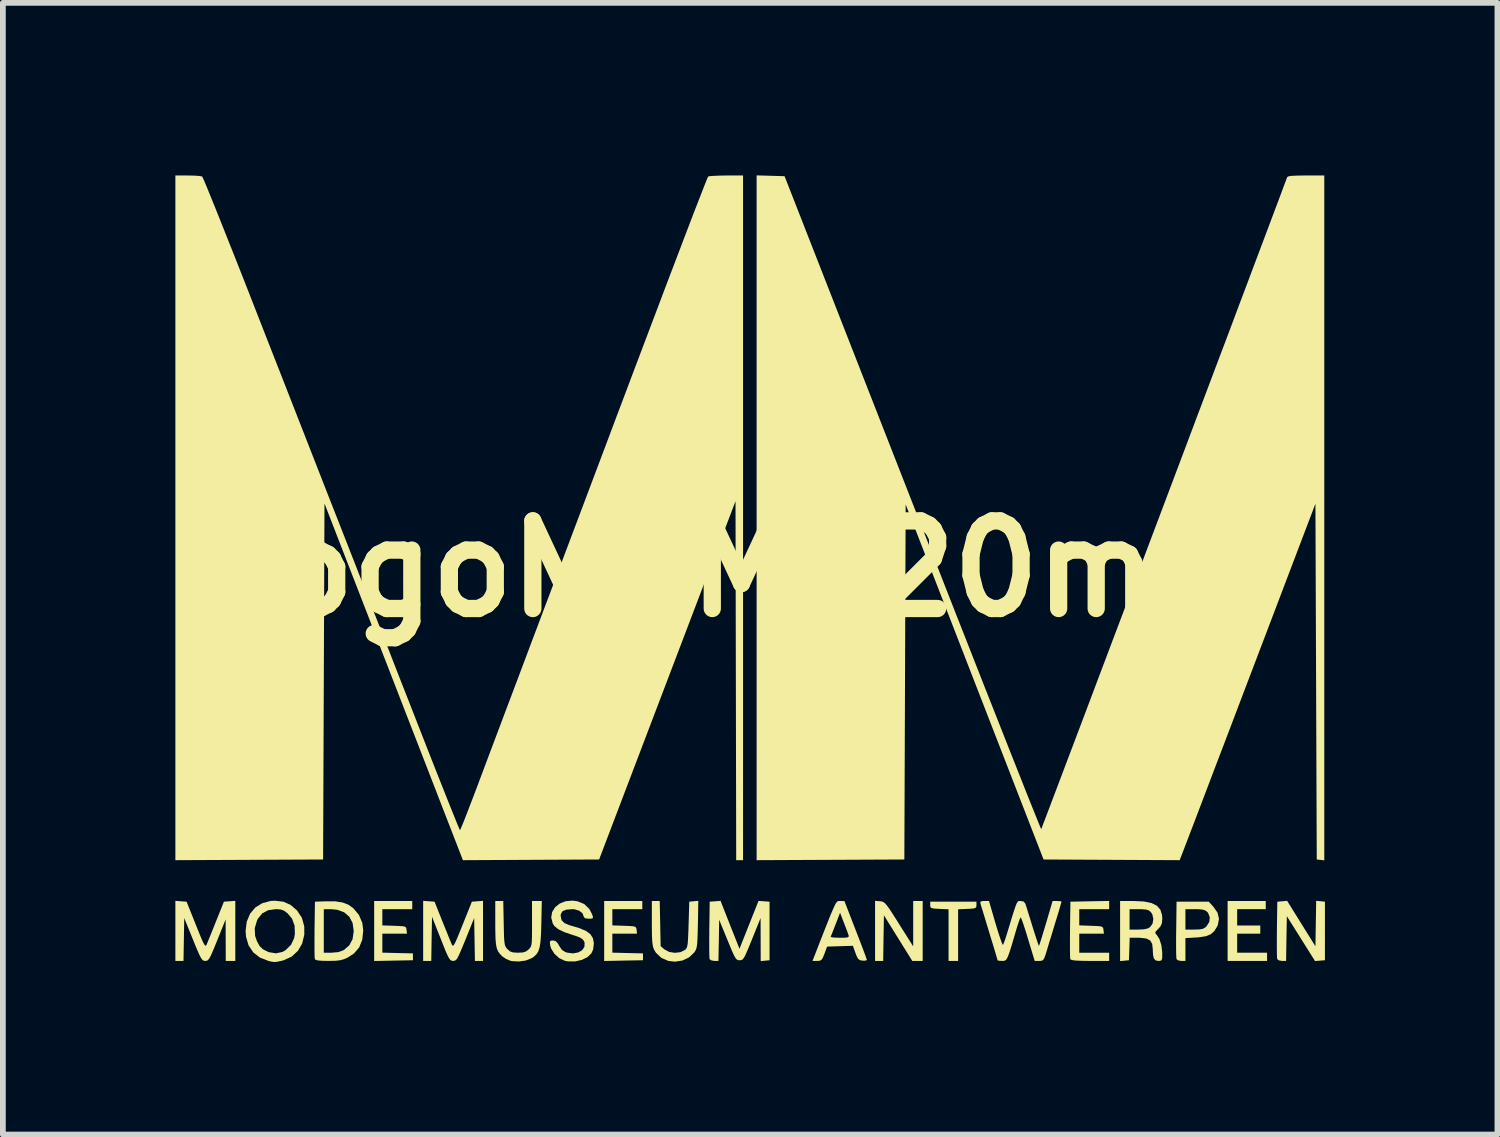
<source format=kicad_pcb>
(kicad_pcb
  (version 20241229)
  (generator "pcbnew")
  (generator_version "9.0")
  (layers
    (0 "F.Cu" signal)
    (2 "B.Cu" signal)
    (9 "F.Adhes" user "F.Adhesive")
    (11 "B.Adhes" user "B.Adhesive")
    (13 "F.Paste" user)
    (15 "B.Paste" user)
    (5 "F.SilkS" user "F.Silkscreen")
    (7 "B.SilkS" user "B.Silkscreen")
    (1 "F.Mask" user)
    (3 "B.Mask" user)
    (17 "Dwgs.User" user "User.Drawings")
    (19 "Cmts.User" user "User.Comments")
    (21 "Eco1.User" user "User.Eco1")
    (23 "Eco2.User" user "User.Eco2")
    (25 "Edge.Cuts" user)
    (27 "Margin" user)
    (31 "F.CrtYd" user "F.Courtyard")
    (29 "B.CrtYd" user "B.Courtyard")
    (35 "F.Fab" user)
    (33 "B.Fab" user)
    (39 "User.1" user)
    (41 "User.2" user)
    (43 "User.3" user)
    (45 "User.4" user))
  (footprint "logoMoMu20mm"
    (layer "F.Cu")
    (at 9.99 6.843)
    (property "Reference" "logoMoMu20mm" (at 0 0 0) (layer "F.SilkS") (effects (font (size 1.524 1.524) (thickness 0.3))))
    (attr board_only exclude_from_pos_files exclude_from_bom)
    (fp_poly (pts (xy 8.972 5.918) (xy 8.475 5.918) (xy 8.475 6.202) (xy 8.877 6.202) (xy 8.877 6.344) (xy 8.475 6.344) (xy 8.475 6.675) (xy 8.995 6.675) (xy 8.995 6.818) (xy 8.309 6.818) (xy 8.309 5.776) (xy 8.972 5.776)) (stroke (width 0) (type solid)) (fill yes) (layer "F.SilkS"))
    (fp_poly (pts (xy 3.941 5.847) (xy 3.938 5.878) (xy 3.923 5.897) (xy 3.884 5.907) (xy 3.811 5.912) (xy 3.782 5.913) (xy 3.622 5.92) (xy 3.622 6.818) (xy 3.456 6.818) (xy 3.456 5.92) (xy 3.296 5.913) (xy 3.212 5.908) (xy 3.164 5.9) (xy 3.142 5.885) (xy 3.137 5.858) (xy 3.137 5.847) (xy 3.137 5.788) (xy 3.941 5.788)) (stroke (width 0) (type solid)) (fill yes) (layer "F.SilkS"))
    (fp_poly (pts (xy -5.871 5.918) (xy -6.391 5.918) (xy -6.391 6.2) (xy -6.184 6.207) (xy -6.085 6.211) (xy -6.024 6.216) (xy -5.99 6.227) (xy -5.976 6.245) (xy -5.97 6.275) (xy -5.97 6.279) (xy -5.962 6.344) (xy -6.391 6.344) (xy -6.391 6.674) (xy -6.125 6.681) (xy -5.859 6.687) (xy -5.859 6.806) (xy -6.533 6.819) (xy -6.533 5.776) (xy -5.871 5.776)) (stroke (width 0) (type solid)) (fill yes) (layer "F.SilkS"))
    (fp_poly (pts (xy -1.87 5.918) (xy -2.391 5.918) (xy -2.391 6.2) (xy -2.184 6.207) (xy -2.085 6.211) (xy -2.023 6.216) (xy -1.99 6.227) (xy -1.975 6.245) (xy -1.97 6.275) (xy -1.969 6.279) (xy -1.962 6.344) (xy -2.391 6.344) (xy -2.391 6.674) (xy -2.125 6.681) (xy -1.858 6.687) (xy -1.858 6.806) (xy -2.196 6.812) (xy -2.533 6.819) (xy -2.533 5.776) (xy -1.87 5.776)) (stroke (width 0) (type solid)) (fill yes) (layer "F.SilkS"))
    (fp_poly (pts (xy 2.265 5.78) (xy 2.296 5.784) (xy 2.323 5.794) (xy 2.35 5.815) (xy 2.383 5.852) (xy 2.426 5.911) (xy 2.482 5.997) (xy 2.558 6.116) (xy 2.596 6.177) (xy 2.841 6.565) (xy 2.841 5.776) (xy 3.006 5.776) (xy 3.006 6.818) (xy 2.825 6.818) (xy 2.578 6.421) (xy 2.332 6.025) (xy 2.325 6.421) (xy 2.319 6.818) (xy 2.178 6.818) (xy 2.178 5.773)) (stroke (width 0) (type solid)) (fill yes) (layer "F.SilkS"))
    (fp_poly (pts (xy 9.925 5.78) (xy 10.001 5.788) (xy 10.001 6.806) (xy 9.915 6.813) (xy 9.829 6.82) (xy 9.339 6.04) (xy 9.332 6.429) (xy 9.326 6.818) (xy 9.254 6.818) (xy 9.2 6.808) (xy 9.172 6.787) (xy 9.168 6.755) (xy 9.166 6.684) (xy 9.165 6.58) (xy 9.165 6.451) (xy 9.166 6.306) (xy 9.166 6.272) (xy 9.173 5.788) (xy 9.259 5.781) (xy 9.344 5.773) (xy 9.59 6.169) (xy 9.836 6.564) (xy 9.849 5.773)) (stroke (width 0) (type solid)) (fill yes) (layer "F.SilkS"))
    (fp_poly (pts (xy 6.249 5.918) (xy 5.729 5.918) (xy 5.729 6.2) (xy 5.936 6.207) (xy 6.035 6.211) (xy 6.096 6.216) (xy 6.13 6.227) (xy 6.144 6.245) (xy 6.15 6.275) (xy 6.15 6.279) (xy 6.158 6.344) (xy 5.729 6.344) (xy 5.729 6.675) (xy 6.249 6.675) (xy 6.249 6.818) (xy 5.917 6.818) (xy 5.775 6.816) (xy 5.675 6.812) (xy 5.612 6.805) (xy 5.58 6.794) (xy 5.573 6.787) (xy 5.57 6.755) (xy 5.568 6.684) (xy 5.567 6.58) (xy 5.567 6.451) (xy 5.568 6.306) (xy 5.568 6.272) (xy 5.575 5.788) (xy 5.912 5.781) (xy 6.249 5.775)) (stroke (width 0) (type solid)) (fill yes) (layer "F.SilkS"))
    (fp_poly (pts (xy -8.948 6.818) (xy -9.114 6.818) (xy -9.116 6.096) (xy -9.261 6.457) (xy -9.315 6.59) (xy -9.356 6.686) (xy -9.386 6.751) (xy -9.411 6.79) (xy -9.432 6.81) (xy -9.455 6.817) (xy -9.47 6.818) (xy -9.494 6.815) (xy -9.516 6.804) (xy -9.538 6.777) (xy -9.564 6.73) (xy -9.598 6.655) (xy -9.644 6.546) (xy -9.685 6.445) (xy -9.836 6.072) (xy -9.849 6.818) (xy -9.99 6.818) (xy -9.99 5.773) (xy -9.892 5.781) (xy -9.795 5.788) (xy -9.634 6.19) (xy -9.577 6.332) (xy -9.535 6.434) (xy -9.504 6.502) (xy -9.482 6.54) (xy -9.467 6.554) (xy -9.456 6.549) (xy -9.447 6.533) (xy -9.429 6.491) (xy -9.398 6.414) (xy -9.356 6.312) (xy -9.309 6.194) (xy -9.284 6.131) (xy -9.146 5.788) (xy -8.948 5.773)) (stroke (width 0) (type solid)) (fill yes) (layer "F.SilkS"))
    (fp_poly (pts (xy -4.64 6.818) (xy -4.781 6.818) (xy -4.794 6.072) (xy -4.944 6.445) (xy -5 6.581) (xy -5.042 6.679) (xy -5.073 6.746) (xy -5.098 6.787) (xy -5.12 6.808) (xy -5.141 6.816) (xy -5.159 6.818) (xy -5.183 6.815) (xy -5.205 6.804) (xy -5.226 6.779) (xy -5.252 6.732) (xy -5.285 6.659) (xy -5.328 6.553) (xy -5.375 6.434) (xy -5.527 6.05) (xy -5.534 6.434) (xy -5.54 6.818) (xy -5.681 6.818) (xy -5.681 5.773) (xy -5.483 5.788) (xy -5.346 6.131) (xy -5.296 6.254) (xy -5.251 6.366) (xy -5.214 6.457) (xy -5.189 6.517) (xy -5.182 6.533) (xy -5.172 6.551) (xy -5.16 6.553) (xy -5.143 6.535) (xy -5.12 6.491) (xy -5.087 6.417) (xy -5.042 6.307) (xy -4.995 6.19) (xy -4.834 5.788) (xy -4.64 5.773)) (stroke (width 0) (type solid)) (fill yes) (layer "F.SilkS"))
    (fp_poly (pts (xy -0.903 6.183) (xy -0.907 6.332) (xy -0.911 6.443) (xy -0.916 6.522) (xy -0.924 6.577) (xy -0.935 6.616) (xy -0.952 6.648) (xy -0.966 6.67) (xy -1.056 6.756) (xy -1.172 6.811) (xy -1.303 6.831) (xy -1.417 6.818) (xy -1.538 6.766) (xy -1.632 6.677) (xy -1.663 6.626) (xy -1.679 6.587) (xy -1.69 6.538) (xy -1.698 6.47) (xy -1.702 6.375) (xy -1.704 6.245) (xy -1.704 6.161) (xy -1.704 5.776) (xy -1.567 5.776) (xy -1.551 6.561) (xy -1.484 6.618) (xy -1.404 6.661) (xy -1.305 6.677) (xy -1.207 6.666) (xy -1.133 6.63) (xy -1.112 6.612) (xy -1.097 6.589) (xy -1.087 6.555) (xy -1.079 6.502) (xy -1.074 6.422) (xy -1.069 6.309) (xy -1.065 6.186) (xy -1.053 5.788) (xy -0.974 5.78) (xy -0.896 5.773)) (stroke (width 0) (type solid)) (fill yes) (layer "F.SilkS"))
    (fp_poly (pts (xy 0.247 5.781) (xy 0.343 5.788) (xy 0.343 6.806) (xy 0.189 6.821) (xy 0.188 6.446) (xy 0.187 6.072) (xy 0.039 6.439) (xy -0.016 6.574) (xy -0.057 6.67) (xy -0.087 6.736) (xy -0.112 6.776) (xy -0.133 6.797) (xy -0.156 6.805) (xy -0.177 6.806) (xy -0.204 6.804) (xy -0.226 6.794) (xy -0.248 6.769) (xy -0.274 6.724) (xy -0.307 6.652) (xy -0.351 6.546) (xy -0.389 6.454) (xy -0.533 6.103) (xy -0.539 6.46) (xy -0.546 6.818) (xy -0.617 6.818) (xy -0.671 6.808) (xy -0.7 6.787) (xy -0.703 6.755) (xy -0.705 6.684) (xy -0.706 6.58) (xy -0.706 6.451) (xy -0.705 6.306) (xy -0.705 6.272) (xy -0.698 5.788) (xy -0.604 5.781) (xy -0.509 5.774) (xy -0.345 6.191) (xy -0.18 6.607) (xy 0.151 5.774)) (stroke (width 0) (type solid)) (fill yes) (layer "F.SilkS"))
    (fp_poly (pts (xy 8.061 5.875) (xy 8.134 5.98) (xy 8.159 6.087) (xy 8.138 6.195) (xy 8.128 6.217) (xy 8.077 6.3) (xy 8.014 6.355) (xy 7.928 6.389) (xy 7.81 6.407) (xy 7.765 6.41) (xy 7.575 6.421) (xy 7.575 6.818) (xy 7.503 6.818) (xy 7.449 6.809) (xy 7.42 6.787) (xy 7.417 6.755) (xy 7.414 6.684) (xy 7.413 6.58) (xy 7.413 6.451) (xy 7.414 6.306) (xy 7.415 6.273) (xy 7.575 6.273) (xy 7.73 6.273) (xy 7.819 6.27) (xy 7.877 6.26) (xy 7.919 6.237) (xy 7.943 6.215) (xy 7.99 6.14) (xy 7.999 6.058) (xy 7.969 5.983) (xy 7.954 5.965) (xy 7.918 5.939) (xy 7.867 5.924) (xy 7.789 5.918) (xy 7.741 5.918) (xy 7.575 5.918) (xy 7.575 6.273) (xy 7.415 6.273) (xy 7.415 6.272) (xy 7.421 5.788) (xy 7.981 5.788)) (stroke (width 0) (type solid)) (fill yes) (layer "F.SilkS"))
    (fp_poly (pts (xy -7.209 5.782) (xy -7.085 5.801) (xy -6.984 5.839) (xy -6.897 5.9) (xy -6.896 5.901) (xy -6.798 6.018) (xy -6.739 6.158) (xy -6.723 6.287) (xy -6.74 6.45) (xy -6.793 6.582) (xy -6.883 6.687) (xy -6.992 6.759) (xy -7.059 6.788) (xy -7.123 6.806) (xy -7.201 6.815) (xy -7.308 6.817) (xy -7.332 6.818) (xy -7.448 6.815) (xy -7.522 6.808) (xy -7.559 6.794) (xy -7.564 6.787) (xy -7.568 6.755) (xy -7.57 6.684) (xy -7.571 6.58) (xy -7.571 6.451) (xy -7.57 6.306) (xy -7.57 6.272) (xy -7.565 5.918) (xy -7.409 5.918) (xy -7.409 6.675) (xy -7.273 6.675) (xy -7.151 6.664) (xy -7.06 6.628) (xy -7.06 6.628) (xy -6.965 6.546) (xy -6.908 6.438) (xy -6.889 6.302) (xy -6.889 6.294) (xy -6.908 6.158) (xy -6.965 6.05) (xy -7.056 5.972) (xy -7.178 5.928) (xy -7.285 5.918) (xy -7.409 5.918) (xy -7.565 5.918) (xy -7.563 5.788) (xy -7.368 5.781)) (stroke (width 0) (type solid)) (fill yes) (layer "F.SilkS"))
    (fp_poly (pts (xy -4.28 6.165) (xy -4.277 6.309) (xy -4.274 6.414) (xy -4.268 6.488) (xy -4.26 6.537) (xy -4.248 6.571) (xy -4.231 6.596) (xy -4.215 6.614) (xy -4.171 6.652) (xy -4.12 6.67) (xy -4.041 6.675) (xy -4.031 6.675) (xy -3.947 6.671) (xy -3.891 6.653) (xy -3.846 6.617) (xy -3.824 6.594) (xy -3.809 6.57) (xy -3.798 6.536) (xy -3.792 6.485) (xy -3.789 6.409) (xy -3.788 6.3) (xy -3.788 6.168) (xy -3.788 5.776) (xy -3.618 5.776) (xy -3.626 6.172) (xy -3.631 6.345) (xy -3.64 6.477) (xy -3.655 6.577) (xy -3.678 6.65) (xy -3.711 6.703) (xy -3.756 6.745) (xy -3.8 6.773) (xy -3.901 6.812) (xy -4.021 6.828) (xy -4.137 6.821) (xy -4.166 6.814) (xy -4.24 6.783) (xy -4.304 6.74) (xy -4.305 6.739) (xy -4.347 6.695) (xy -4.379 6.651) (xy -4.401 6.597) (xy -4.415 6.525) (xy -4.423 6.429) (xy -4.426 6.299) (xy -4.427 6.168) (xy -4.427 5.776) (xy -4.288 5.776)) (stroke (width 0) (type solid)) (fill yes) (layer "F.SilkS"))
    (fp_poly (pts (xy -8.113 5.788) (xy -7.989 5.842) (xy -7.877 5.938) (xy -7.873 5.943) (xy -7.79 6.068) (xy -7.749 6.216) (xy -7.748 6.361) (xy -7.785 6.516) (xy -7.86 6.644) (xy -7.969 6.743) (xy -8.108 6.807) (xy -8.143 6.816) (xy -8.217 6.832) (xy -8.267 6.837) (xy -8.314 6.831) (xy -8.368 6.819) (xy -8.518 6.761) (xy -8.635 6.67) (xy -8.717 6.548) (xy -8.761 6.4) (xy -8.769 6.297) (xy -8.763 6.249) (xy -8.61 6.249) (xy -8.604 6.381) (xy -8.572 6.474) (xy -8.525 6.56) (xy -8.467 6.616) (xy -8.382 6.658) (xy -8.362 6.666) (xy -8.242 6.686) (xy -8.129 6.662) (xy -8.074 6.631) (xy -7.979 6.538) (xy -7.925 6.423) (xy -7.912 6.349) (xy -7.917 6.204) (xy -7.961 6.084) (xy -8.039 5.99) (xy -8.099 5.945) (xy -8.159 5.923) (xy -8.242 5.918) (xy -8.245 5.918) (xy -8.377 5.936) (xy -8.48 5.991) (xy -8.555 6.084) (xy -8.57 6.114) (xy -8.61 6.249) (xy -8.763 6.249) (xy -8.749 6.135) (xy -8.691 5.997) (xy -8.6 5.889) (xy -8.479 5.814) (xy -8.332 5.775) (xy -8.261 5.771)) (stroke (width 0) (type solid)) (fill yes) (layer "F.SilkS"))
    (fp_poly (pts (xy 6.85 5.784) (xy 6.983 5.811) (xy 7.078 5.857) (xy 7.139 5.926) (xy 7.168 6.019) (xy 7.173 6.082) (xy 7.166 6.161) (xy 7.142 6.217) (xy 7.104 6.259) (xy 7.061 6.303) (xy 7.05 6.33) (xy 7.066 6.356) (xy 7.079 6.368) (xy 7.124 6.441) (xy 7.157 6.546) (xy 7.172 6.672) (xy 7.172 6.705) (xy 7.171 6.773) (xy 7.16 6.806) (xy 7.133 6.817) (xy 7.104 6.818) (xy 7.057 6.809) (xy 7.027 6.776) (xy 7.012 6.713) (xy 7.007 6.611) (xy 7.007 6.61) (xy 6.997 6.521) (xy 6.961 6.461) (xy 6.894 6.428) (xy 6.79 6.416) (xy 6.759 6.415) (xy 6.606 6.415) (xy 6.6 6.61) (xy 6.593 6.806) (xy 6.439 6.821) (xy 6.439 6.273) (xy 6.604 6.273) (xy 6.756 6.273) (xy 6.856 6.268) (xy 6.924 6.252) (xy 6.962 6.229) (xy 7.004 6.167) (xy 7.017 6.087) (xy 6.999 6.007) (xy 6.972 5.967) (xy 6.939 5.939) (xy 6.892 5.925) (xy 6.819 5.919) (xy 6.767 5.918) (xy 6.604 5.918) (xy 6.604 6.273) (xy 6.439 6.273) (xy 6.439 5.776) (xy 6.676 5.776)) (stroke (width 0) (type solid)) (fill yes) (layer "F.SilkS"))
    (fp_poly (pts (xy 1.572 5.776) (xy 1.645 5.777) (xy 1.84 6.28) (xy 1.896 6.425) (xy 1.946 6.555) (xy 1.987 6.664) (xy 2.017 6.745) (xy 2.033 6.793) (xy 2.036 6.801) (xy 2.015 6.812) (xy 1.965 6.814) (xy 1.959 6.813) (xy 1.913 6.804) (xy 1.882 6.78) (xy 1.856 6.73) (xy 1.837 6.681) (xy 1.793 6.555) (xy 1.344 6.569) (xy 1.298 6.693) (xy 1.269 6.764) (xy 1.244 6.801) (xy 1.211 6.816) (xy 1.17 6.818) (xy 1.09 6.818) (xy 1.134 6.705) (xy 1.222 6.478) (xy 1.254 6.397) (xy 1.405 6.397) (xy 1.421 6.406) (xy 1.473 6.412) (xy 1.552 6.415) (xy 1.563 6.415) (xy 1.65 6.414) (xy 1.699 6.409) (xy 1.719 6.397) (xy 1.719 6.376) (xy 1.718 6.374) (xy 1.704 6.333) (xy 1.677 6.261) (xy 1.644 6.174) (xy 1.637 6.156) (xy 1.569 5.98) (xy 1.492 6.18) (xy 1.457 6.27) (xy 1.428 6.344) (xy 1.409 6.389) (xy 1.405 6.397) (xy 1.254 6.397) (xy 1.295 6.292) (xy 1.355 6.141) (xy 1.402 6.023) (xy 1.44 5.934) (xy 1.469 5.869) (xy 1.491 5.824) (xy 1.51 5.797) (xy 1.525 5.782) (xy 1.54 5.776) (xy 1.555 5.776)) (stroke (width 0) (type solid)) (fill yes) (layer "F.SilkS"))
    (fp_poly (pts (xy -3 5.78) (xy -2.881 5.828) (xy -2.793 5.913) (xy -2.755 5.982) (xy -2.73 6.044) (xy -2.73 6.074) (xy -2.759 6.083) (xy -2.805 6.084) (xy -2.866 6.076) (xy -2.888 6.051) (xy -2.888 6.048) (xy -2.91 5.989) (xy -2.968 5.944) (xy -3.052 5.92) (xy -3.091 5.918) (xy -3.194 5.927) (xy -3.258 5.954) (xy -3.287 6.003) (xy -3.29 6.035) (xy -3.274 6.109) (xy -3.223 6.161) (xy -3.131 6.199) (xy -3.118 6.202) (xy -2.963 6.248) (xy -2.85 6.296) (xy -2.774 6.352) (xy -2.73 6.42) (xy -2.713 6.503) (xy -2.713 6.516) (xy -2.724 6.615) (xy -2.754 6.684) (xy -2.823 6.752) (xy -2.924 6.801) (xy -3.042 6.827) (xy -3.164 6.826) (xy -3.222 6.814) (xy -3.317 6.768) (xy -3.399 6.693) (xy -3.456 6.602) (xy -3.472 6.549) (xy -3.478 6.492) (xy -3.467 6.468) (xy -3.431 6.462) (xy -3.424 6.462) (xy -3.377 6.473) (xy -3.339 6.513) (xy -3.315 6.556) (xy -3.269 6.625) (xy -3.211 6.663) (xy -3.177 6.674) (xy -3.075 6.687) (xy -2.986 6.671) (xy -2.917 6.632) (xy -2.877 6.575) (xy -2.873 6.506) (xy -2.883 6.475) (xy -2.91 6.44) (xy -2.959 6.409) (xy -3.042 6.378) (xy -3.082 6.366) (xy -3.227 6.317) (xy -3.33 6.267) (xy -3.398 6.213) (xy -3.428 6.166) (xy -3.454 6.063) (xy -3.438 5.967) (xy -3.386 5.884) (xy -3.306 5.82) (xy -3.204 5.78) (xy -3.084 5.769)) (stroke (width 0) (type solid)) (fill yes) (layer "F.SilkS"))
    (fp_poly (pts (xy 0.361 -6.836) (xy 0.604 -6.829) (xy 2.829 -1.144) (xy 3.024 -0.647) (xy 3.214 -0.161) (xy 3.399 0.311) (xy 3.578 0.768) (xy 3.751 1.207) (xy 3.916 1.627) (xy 4.073 2.027) (xy 4.222 2.404) (xy 4.361 2.756) (xy 4.489 3.081) (xy 4.607 3.379) (xy 4.713 3.646) (xy 4.806 3.882) (xy 4.887 4.084) (xy 4.954 4.25) (xy 5.006 4.379) (xy 5.042 4.468) (xy 5.063 4.517) (xy 5.068 4.525) (xy 5.077 4.503) (xy 5.101 4.438) (xy 5.141 4.334) (xy 5.195 4.192) (xy 5.262 4.014) (xy 5.342 3.804) (xy 5.433 3.563) (xy 5.535 3.293) (xy 5.647 2.998) (xy 5.768 2.678) (xy 5.897 2.336) (xy 6.033 1.975) (xy 6.176 1.597) (xy 6.324 1.204) (xy 6.478 0.798) (xy 6.635 0.382) (xy 6.795 -0.043) (xy 6.957 -0.473) (xy 7.121 -0.907) (xy 7.285 -1.342) (xy 7.449 -1.777) (xy 7.612 -2.209) (xy 7.772 -2.635) (xy 7.93 -3.053) (xy 8.084 -3.462) (xy 8.234 -3.858) (xy 8.378 -4.24) (xy 8.515 -4.606) (xy 8.646 -4.952) (xy 8.768 -5.278) (xy 8.882 -5.58) (xy 8.986 -5.856) (xy 9.079 -6.104) (xy 9.161 -6.322) (xy 9.231 -6.508) (xy 9.287 -6.659) (xy 9.33 -6.773) (xy 9.344 -6.812) (xy 9.364 -6.825) (xy 9.415 -6.834) (xy 9.502 -6.839) (xy 9.63 -6.841) (xy 9.673 -6.841) (xy 9.99 -6.841) (xy 9.99 5.069) (xy 9.924 5.061) (xy 9.859 5.054) (xy 9.836 -1.133) (xy 8.736 1.759) (xy 8.599 2.118) (xy 8.467 2.466) (xy 8.339 2.803) (xy 8.217 3.123) (xy 8.101 3.426) (xy 7.994 3.708) (xy 7.896 3.966) (xy 7.808 4.197) (xy 7.731 4.399) (xy 7.666 4.568) (xy 7.615 4.702) (xy 7.578 4.798) (xy 7.557 4.854) (xy 7.555 4.859) (xy 7.475 5.066) (xy 6.291 5.06) (xy 5.108 5.054) (xy 2.71 -1.121) (xy 2.687 5.054) (xy 1.403 5.06) (xy 0.118 5.066) (xy 0.118 -6.843)) (stroke (width 0) (type solid)) (fill yes) (layer "F.SilkS"))
    (fp_poly (pts (xy 4.703 5.776) (xy 4.712 5.776) (xy 4.761 5.785) (xy 4.791 5.821) (xy 4.802 5.853) (xy 4.818 5.904) (xy 4.844 5.989) (xy 4.878 6.097) (xy 4.915 6.218) (xy 4.923 6.243) (xy 4.959 6.357) (xy 4.99 6.452) (xy 5.013 6.521) (xy 5.026 6.555) (xy 5.027 6.557) (xy 5.036 6.536) (xy 5.056 6.476) (xy 5.084 6.386) (xy 5.118 6.272) (xy 5.15 6.167) (xy 5.265 5.776) (xy 5.343 5.776) (xy 5.396 5.779) (xy 5.421 5.785) (xy 5.421 5.786) (xy 5.414 5.811) (xy 5.396 5.873) (xy 5.37 5.963) (xy 5.337 6.072) (xy 5.328 6.1) (xy 5.286 6.237) (xy 5.243 6.381) (xy 5.202 6.513) (xy 5.173 6.61) (xy 5.143 6.708) (xy 5.121 6.769) (xy 5.1 6.801) (xy 5.075 6.815) (xy 5.041 6.818) (xy 5.032 6.818) (xy 4.954 6.818) (xy 4.839 6.439) (xy 4.801 6.313) (xy 4.766 6.205) (xy 4.738 6.123) (xy 4.718 6.072) (xy 4.711 6.06) (xy 4.698 6.081) (xy 4.677 6.137) (xy 4.651 6.217) (xy 4.643 6.243) (xy 4.591 6.419) (xy 4.551 6.555) (xy 4.519 6.656) (xy 4.494 6.727) (xy 4.473 6.773) (xy 4.454 6.8) (xy 4.434 6.813) (xy 4.411 6.817) (xy 4.388 6.818) (xy 4.335 6.815) (xy 4.309 6.808) (xy 4.308 6.807) (xy 4.302 6.782) (xy 4.283 6.719) (xy 4.255 6.624) (xy 4.219 6.505) (xy 4.177 6.368) (xy 4.165 6.328) (xy 4.121 6.184) (xy 4.082 6.054) (xy 4.049 5.946) (xy 4.024 5.866) (xy 4.011 5.822) (xy 4.01 5.817) (xy 4.01 5.789) (xy 4.04 5.777) (xy 4.078 5.776) (xy 4.159 5.776) (xy 4.273 6.167) (xy 4.311 6.293) (xy 4.346 6.4) (xy 4.374 6.482) (xy 4.394 6.53) (xy 4.402 6.54) (xy 4.416 6.51) (xy 4.439 6.447) (xy 4.465 6.365) (xy 4.468 6.356) (xy 4.522 6.179) (xy 4.563 6.042) (xy 4.596 5.94) (xy 4.62 5.868) (xy 4.639 5.821) (xy 4.655 5.793) (xy 4.669 5.779) (xy 4.685 5.776)) (stroke (width 0) (type solid)) (fill yes) (layer "F.SilkS"))
    (fp_poly (pts (xy -0.118 5.066) (xy -0.237 5.066) (xy -0.243 1.944) (xy -0.249 -1.177) (xy -1.435 1.938) (xy -2.621 5.054) (xy -3.805 5.06) (xy -4.99 5.066) (xy -5.052 4.906) (xy -5.068 4.865) (xy -5.1 4.782) (xy -5.147 4.661) (xy -5.208 4.503) (xy -5.282 4.313) (xy -5.368 4.092) (xy -5.464 3.843) (xy -5.57 3.57) (xy -5.685 3.274) (xy -5.807 2.959) (xy -5.936 2.628) (xy -6.07 2.282) (xy -6.208 1.926) (xy -6.255 1.805) (xy -7.397 -1.137) (xy -7.409 1.959) (xy -7.421 5.054) (xy -9.99 5.066) (xy -9.99 -6.841) (xy -9.771 -6.841) (xy -9.671 -6.839) (xy -9.589 -6.834) (xy -9.536 -6.827) (xy -9.524 -6.823) (xy -9.512 -6.799) (xy -9.483 -6.734) (xy -9.44 -6.631) (xy -9.384 -6.493) (xy -9.315 -6.324) (xy -9.236 -6.127) (xy -9.147 -5.904) (xy -9.05 -5.659) (xy -8.945 -5.396) (xy -8.835 -5.117) (xy -8.722 -4.829) (xy -8.416 -4.046) (xy -8.125 -3.304) (xy -7.85 -2.601) (xy -7.589 -1.934) (xy -7.342 -1.302) (xy -7.106 -0.701) (xy -6.882 -0.129) (xy -6.669 0.417) (xy -6.464 0.939) (xy -6.268 1.44) (xy -6.08 1.923) (xy -5.897 2.389) (xy -5.774 2.704) (xy -5.664 2.985) (xy -5.559 3.253) (xy -5.46 3.504) (xy -5.368 3.736) (xy -5.285 3.945) (xy -5.212 4.128) (xy -5.15 4.282) (xy -5.101 4.404) (xy -5.065 4.49) (xy -5.045 4.537) (xy -5.041 4.545) (xy -5.03 4.523) (xy -5.004 4.463) (xy -4.965 4.367) (xy -4.916 4.241) (xy -4.858 4.09) (xy -4.792 3.918) (xy -4.721 3.731) (xy -4.705 3.687) (xy -4.635 3.502) (xy -4.552 3.28) (xy -4.457 3.028) (xy -4.354 2.755) (xy -4.246 2.467) (xy -4.134 2.171) (xy -4.023 1.877) (xy -3.915 1.59) (xy -3.851 1.42) (xy -3.78 1.23) (xy -3.692 0.999) (xy -3.592 0.731) (xy -3.478 0.431) (xy -3.354 0.102) (xy -3.221 -0.252) (xy -3.08 -0.626) (xy -2.932 -1.018) (xy -2.78 -1.422) (xy -2.624 -1.836) (xy -2.466 -2.255) (xy -2.308 -2.676) (xy -2.15 -3.093) (xy -2.036 -3.397) (xy -1.89 -3.782) (xy -1.749 -4.155) (xy -1.613 -4.514) (xy -1.484 -4.856) (xy -1.361 -5.179) (xy -1.246 -5.48) (xy -1.141 -5.757) (xy -1.045 -6.007) (xy -0.96 -6.229) (xy -0.886 -6.419) (xy -0.825 -6.576) (xy -0.778 -6.696) (xy -0.745 -6.778) (xy -0.727 -6.819) (xy -0.725 -6.823) (xy -0.692 -6.83) (xy -0.622 -6.835) (xy -0.525 -6.839) (xy -0.411 -6.841) (xy -0.408 -6.841) (xy -0.118 -6.841)) (stroke (width 0) (type solid)) (fill yes) (layer "F.SilkS")))
  (gr_rect
    (start -3 -3)
    (end 22.991 16.68)
    (stroke (width 0.1) (type default))
    (fill no)
    (layer "Edge.Cuts")))
</source>
